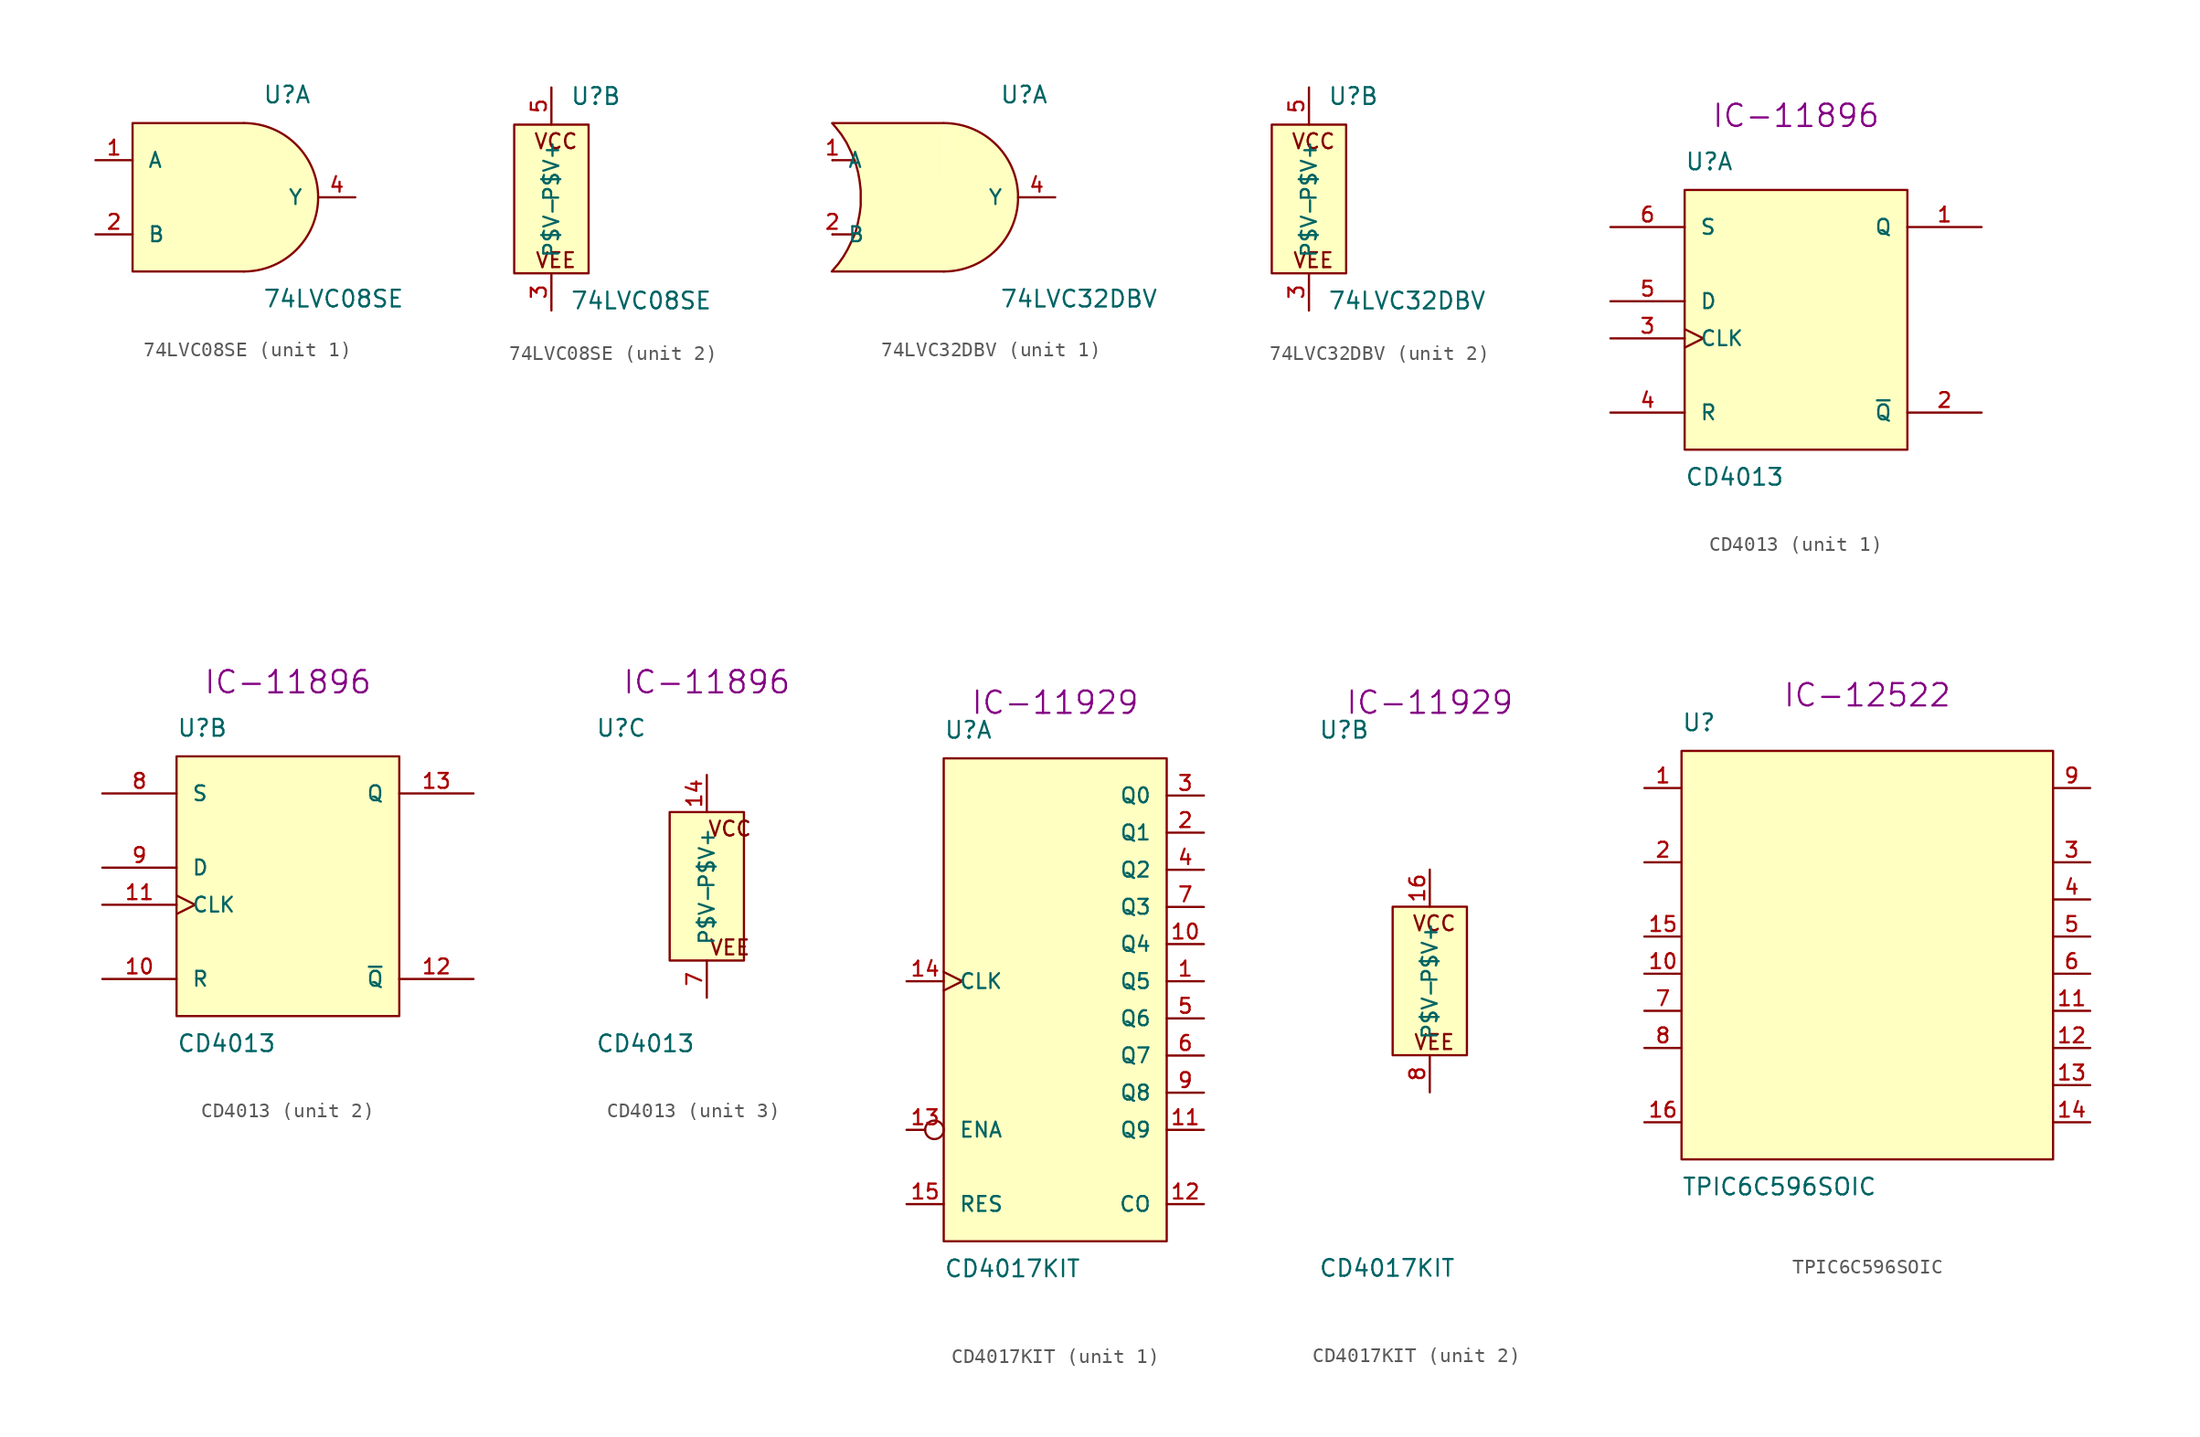
<source format=kicad_sym>
(kicad_symbol_lib
  (version 20211014)
  (generator kicad_symbol_editor)
  (symbol "74LVC08SE"
    (pin_names
      (offset 1.016))
    (property "Reference" "U"
      (at 1.27 6.35 0)
      (effects (font (size 1.143 1.143)) (justify left bottom)))
    (property "Value" "74LVC08SE"
      (at 1.27 -7.62 0)
      (effects (font (size 1.143 1.143)) (justify left bottom)))
    (property "ki_locked" ""
      (at 0 0 0)
      (effects (font (size 1.27 1.27))))
    (symbol "74LVC08SE_1_1"
      (arc (start 0 -5.08) (mid 5.08 0) (end 0 5.08) (stroke (width 0) (type default) (color 0 0 0 0)) (fill (type background)))
      (polyline (pts (xy 0 5.08) (xy -7.62 5.08) (xy -7.62 -5.08) (xy 0 -5.08)) (stroke (width 0) (type default) (color 0 0 0 0)) (fill (type background)))
      (pin bidirectional line (at -10.16 2.54 0) (length 2.54) (name "A" (effects (font (size 1.016 1.016)))) (number "1" (effects (font (size 1.016 1.016)))))
      (pin bidirectional line (at -10.16 -2.54 0) (length 2.54) (name "B" (effects (font (size 1.016 1.016)))) (number "2" (effects (font (size 1.016 1.016)))))
      (pin bidirectional line (at 7.62 0 180) (length 2.54) (name "Y" (effects (font (size 1.016 1.016)))) (number "4" (effects (font (size 1.016 1.016))))))
    (symbol "74LVC08SE_2_0"
      (text "VCC" (at 0.305 3.937 0) (effects (font (size 1.016 1.016))))
      (text "VEE" (at 0.305 -4.191 0) (effects (font (size 1.016 1.016)))))
    (symbol "74LVC08SE_2_1"
      (polyline (pts (xy -2.54 5.08) (xy 2.54 5.08) (xy 2.54 -5.08) (xy -2.54 -5.08) (xy -2.54 5.08)) (stroke (width 0) (type default) (color 0 0 0 0)) (fill (type background)))
      (pin bidirectional line (at 0 -7.62 90) (length 2.54) (name "P$V-" (effects (font (size 1.016 1.016)))) (number "3" (effects (font (size 1.016 1.016)))))
      (pin bidirectional line (at 0 7.62 270) (length 2.54) (name "P$V+" (effects (font (size 1.016 1.016)))) (number "5" (effects (font (size 1.016 1.016)))))))
  (symbol "74LVC32DBV"
    (pin_names
      (offset 1.016))
    (property "Reference" "U"
      (at 1.27 6.35 0)
      (effects (font (size 1.143 1.143)) (justify left bottom)))
    (property "Value" "74LVC32DBV"
      (at 1.27 -7.62 0)
      (effects (font (size 1.143 1.143)) (justify left bottom)))
    (property "ki_locked" ""
      (at 0 0 0)
      (effects (font (size 1.27 1.27))))
    (symbol "74LVC32DBV_1_0"
      (polyline (pts (xy -10.16 -2.54) (xy -8.636 -2.54)) (stroke (width 0) (type default) (color 0 0 0 0)) (fill (type none)))
      (polyline (pts (xy -10.16 2.54) (xy -8.636 2.54)) (stroke (width 0) (type default) (color 0 0 0 0)) (fill (type none))))
    (symbol "74LVC32DBV_1_1"
      (arc (start -2.54 -5.08) (mid 2.54 0) (end -2.54 5.08) (stroke (width 0) (type default) (color 0 0 0 0)) (fill (type background)))
      (polyline (pts (xy -2.54 -5.08) (xy -10.211 -5.08) (xy -9.754 -4.547) (xy -9.398 -4.039) (xy -9.119 -3.556) (xy -8.839 -2.972) (xy -8.585 -2.413) (xy -8.433 -1.803) (xy -8.306 -1.168) (xy -8.23 -0.584) (xy -8.23 -0.025) (xy -8.23 0.483) (xy -8.306 1.143) (xy -8.407 1.702) (xy -8.585 2.362) (xy -8.865 3.048) (xy -9.195 3.734) (xy -9.55 4.293) (xy -9.906 4.75) (xy -10.185 5.08) (xy -2.565 5.08)) (stroke (width 0) (type default) (color 0 0 0 0)) (fill (type background)))
      (pin bidirectional line (at -10.16 2.54 0) (length 0) (name "A" (effects (font (size 1.016 1.016)))) (number "1" (effects (font (size 1.016 1.016)))))
      (pin bidirectional line (at -10.16 -2.54 0) (length 0) (name "B" (effects (font (size 1.016 1.016)))) (number "2" (effects (font (size 1.016 1.016)))))
      (pin bidirectional line (at 5.08 0 180) (length 2.54) (name "Y" (effects (font (size 1.016 1.016)))) (number "4" (effects (font (size 1.016 1.016))))))
    (symbol "74LVC32DBV_2_0"
      (text "VCC" (at 0.305 3.937 0) (effects (font (size 1.016 1.016))))
      (text "VEE" (at 0.305 -4.191 0) (effects (font (size 1.016 1.016)))))
    (symbol "74LVC32DBV_2_1"
      (polyline (pts (xy -2.54 5.08) (xy 2.54 5.08) (xy 2.54 -5.08) (xy -2.54 -5.08) (xy -2.54 5.08)) (stroke (width 0) (type default) (color 0 0 0 0)) (fill (type background)))
      (pin bidirectional line (at 0 -7.62 90) (length 2.54) (name "P$V-" (effects (font (size 1.016 1.016)))) (number "3" (effects (font (size 1.016 1.016)))))
      (pin bidirectional line (at 0 7.62 270) (length 2.54) (name "P$V+" (effects (font (size 1.016 1.016)))) (number "5" (effects (font (size 1.016 1.016)))))))
  (symbol "CD4013"
    (pin_names
      (offset 1.016))
    (property "Reference" "U"
      (at -7.62 10.16 0)
      (effects (font (size 1.143 1.143)) (justify left bottom)))
    (property "Value" "CD4013"
      (at -7.62 -11.43 0)
      (effects (font (size 1.143 1.143)) (justify left bottom)))
    (property "PROD_ID" "IC-11896"
      (at 0 13.97 0)
      (effects (font (size 1.524 1.524))))
    (property "ki_locked" ""
      (at 0 0 0)
      (effects (font (size 1.27 1.27))))
    (symbol "CD4013_1_1"
      (polyline (pts (xy -7.62 -8.89) (xy 7.62 -8.89) (xy 7.62 8.89) (xy -7.62 8.89) (xy -7.62 -8.89)) (stroke (width 0) (type default) (color 0 0 0 0)) (fill (type background)))
      (pin output line (at 12.7 6.35 180) (length 5.08) (name "Q" (effects (font (size 1.016 1.016)))) (number "1" (effects (font (size 1.016 1.016)))))
      (pin output line (at 12.7 -6.35 180) (length 5.08) (name "~{Q}" (effects (font (size 1.016 1.016)))) (number "2" (effects (font (size 1.016 1.016)))))
      (pin input clock (at -12.7 -1.27 0) (length 5.08) (name "CLK" (effects (font (size 1.016 1.016)))) (number "3" (effects (font (size 1.016 1.016)))))
      (pin input line (at -12.7 -6.35 0) (length 5.08) (name "R" (effects (font (size 1.016 1.016)))) (number "4" (effects (font (size 1.016 1.016)))))
      (pin input line (at -12.7 1.27 0) (length 5.08) (name "D" (effects (font (size 1.016 1.016)))) (number "5" (effects (font (size 1.016 1.016)))))
      (pin input line (at -12.7 6.35 0) (length 5.08) (name "S" (effects (font (size 1.016 1.016)))) (number "6" (effects (font (size 1.016 1.016))))))
    (symbol "CD4013_2_1"
      (polyline (pts (xy -7.62 -8.89) (xy 7.62 -8.89) (xy 7.62 8.89) (xy -7.62 8.89) (xy -7.62 -8.89)) (stroke (width 0) (type default) (color 0 0 0 0)) (fill (type background)))
      (pin input line (at -12.7 -6.35 0) (length 5.08) (name "R" (effects (font (size 1.016 1.016)))) (number "10" (effects (font (size 1.016 1.016)))))
      (pin input clock (at -12.7 -1.27 0) (length 5.08) (name "CLK" (effects (font (size 1.016 1.016)))) (number "11" (effects (font (size 1.016 1.016)))))
      (pin output line (at 12.7 -6.35 180) (length 5.08) (name "~{Q}" (effects (font (size 1.016 1.016)))) (number "12" (effects (font (size 1.016 1.016)))))
      (pin output line (at 12.7 6.35 180) (length 5.08) (name "Q" (effects (font (size 1.016 1.016)))) (number "13" (effects (font (size 1.016 1.016)))))
      (pin input line (at -12.7 6.35 0) (length 5.08) (name "S" (effects (font (size 1.016 1.016)))) (number "8" (effects (font (size 1.016 1.016)))))
      (pin input line (at -12.7 1.27 0) (length 5.08) (name "D" (effects (font (size 1.016 1.016)))) (number "9" (effects (font (size 1.016 1.016))))))
    (symbol "CD4013_3_0"
      (text "VCC" (at 1.575 3.937 0) (effects (font (size 1.016 1.016))))
      (text "VEE" (at 1.575 -4.191 0) (effects (font (size 1.016 1.016)))))
    (symbol "CD4013_3_1"
      (polyline (pts (xy -2.54 5.08) (xy 2.54 5.08) (xy 2.54 -5.08) (xy -2.54 -5.08) (xy -2.54 5.08)) (stroke (width 0) (type default) (color 0 0 0 0)) (fill (type background)))
      (pin bidirectional line (at 0 7.62 270) (length 2.54) (name "P$V+" (effects (font (size 1.016 1.016)))) (number "14" (effects (font (size 1.016 1.016)))))
      (pin bidirectional line (at 0 -7.62 90) (length 2.54) (name "P$V-" (effects (font (size 1.016 1.016)))) (number "7" (effects (font (size 1.016 1.016)))))))
  (symbol "CD4017KIT"
    (pin_names
      (offset 1.016))
    (property "Reference" "U"
      (at -7.62 16.51 0)
      (effects (font (size 1.143 1.143)) (justify left bottom)))
    (property "Value" "CD4017KIT"
      (at -7.62 -20.32 0)
      (effects (font (size 1.143 1.143)) (justify left bottom)))
    (property "PROD_ID" "IC-11929"
      (at 0 19.05 0)
      (effects (font (size 1.524 1.524))))
    (property "ki_locked" ""
      (at 0 0 0)
      (effects (font (size 1.27 1.27))))
    (symbol "CD4017KIT_1_1"
      (polyline (pts (xy -7.62 -17.78) (xy 7.62 -17.78) (xy 7.62 15.24) (xy -7.62 15.24) (xy -7.62 -17.78)) (stroke (width 0) (type default) (color 0 0 0 0)) (fill (type background)))
      (pin output line (at 10.16 0 180) (length 2.54) (name "Q5" (effects (font (size 1.016 1.016)))) (number "1" (effects (font (size 1.016 1.016)))))
      (pin output line (at 10.16 2.54 180) (length 2.54) (name "Q4" (effects (font (size 1.016 1.016)))) (number "10" (effects (font (size 1.016 1.016)))))
      (pin output line (at 10.16 -10.16 180) (length 2.54) (name "Q9" (effects (font (size 1.016 1.016)))) (number "11" (effects (font (size 1.016 1.016)))))
      (pin output line (at 10.16 -15.24 180) (length 2.54) (name "CO" (effects (font (size 1.016 1.016)))) (number "12" (effects (font (size 1.016 1.016)))))
      (pin input inverted (at -10.16 -10.16 0) (length 2.54) (name "ENA" (effects (font (size 1.016 1.016)))) (number "13" (effects (font (size 1.016 1.016)))))
      (pin input clock (at -10.16 0 0) (length 2.54) (name "CLK" (effects (font (size 1.016 1.016)))) (number "14" (effects (font (size 1.016 1.016)))))
      (pin input line (at -10.16 -15.24 0) (length 2.54) (name "RES" (effects (font (size 1.016 1.016)))) (number "15" (effects (font (size 1.016 1.016)))))
      (pin output line (at 10.16 10.16 180) (length 2.54) (name "Q1" (effects (font (size 1.016 1.016)))) (number "2" (effects (font (size 1.016 1.016)))))
      (pin output line (at 10.16 12.7 180) (length 2.54) (name "Q0" (effects (font (size 1.016 1.016)))) (number "3" (effects (font (size 1.016 1.016)))))
      (pin output line (at 10.16 7.62 180) (length 2.54) (name "Q2" (effects (font (size 1.016 1.016)))) (number "4" (effects (font (size 1.016 1.016)))))
      (pin output line (at 10.16 -2.54 180) (length 2.54) (name "Q6" (effects (font (size 1.016 1.016)))) (number "5" (effects (font (size 1.016 1.016)))))
      (pin output line (at 10.16 -5.08 180) (length 2.54) (name "Q7" (effects (font (size 1.016 1.016)))) (number "6" (effects (font (size 1.016 1.016)))))
      (pin output line (at 10.16 5.08 180) (length 2.54) (name "Q3" (effects (font (size 1.016 1.016)))) (number "7" (effects (font (size 1.016 1.016)))))
      (pin output line (at 10.16 -7.62 180) (length 2.54) (name "Q8" (effects (font (size 1.016 1.016)))) (number "9" (effects (font (size 1.016 1.016))))))
    (symbol "CD4017KIT_2_0"
      (text "VCC" (at 0.305 3.937 0) (effects (font (size 1.016 1.016))))
      (text "VEE" (at 0.305 -4.191 0) (effects (font (size 1.016 1.016)))))
    (symbol "CD4017KIT_2_1"
      (polyline (pts (xy -2.54 5.08) (xy 2.54 5.08) (xy 2.54 -5.08) (xy -2.54 -5.08) (xy -2.54 5.08)) (stroke (width 0) (type default) (color 0 0 0 0)) (fill (type background)))
      (pin bidirectional line (at 0 7.62 270) (length 2.54) (name "P$V+" (effects (font (size 1.016 1.016)))) (number "16" (effects (font (size 1.016 1.016)))))
      (pin bidirectional line (at 0 -7.62 90) (length 2.54) (name "P$V-" (effects (font (size 1.016 1.016)))) (number "8" (effects (font (size 1.016 1.016)))))))
  (symbol "TPIC6C596SOIC"
    (pin_names
      (offset 1.016) hide)
    (property "Reference" "U"
      (at -12.7 15.24 0)
      (effects (font (size 1.143 1.143)) (justify left bottom)))
    (property "Value" "TPIC6C596SOIC"
      (at -12.7 -16.51 0)
      (effects (font (size 1.143 1.143)) (justify left bottom)))
    (property "PROD_ID" "IC-12522"
      (at 0 17.78 0)
      (effects (font (size 1.524 1.524))))
    (property "ki_locked" ""
      (at 0 0 0)
      (effects (font (size 1.27 1.27))))
    (symbol "TPIC6C596SOIC_1_1"
      (polyline (pts (xy -12.7 13.97) (xy 12.7 13.97) (xy 12.7 -13.97) (xy -12.7 -13.97) (xy -12.7 13.97)) (stroke (width 0) (type default) (color 0 0 0 0)) (fill (type background)))
      (pin power_in line (at -15.24 11.43 0) (length 2.54) (name "VCC" (effects (font (size 1.016 1.016)))) (number "1" (effects (font (size 1.016 1.016)))))
      (pin input line (at -15.24 -1.27 0) (length 2.54) (name "RCK" (effects (font (size 1.016 1.016)))) (number "10" (effects (font (size 1.016 1.016)))))
      (pin output line (at 15.24 -3.81 180) (length 2.54) (name "D4" (effects (font (size 1.016 1.016)))) (number "11" (effects (font (size 1.016 1.016)))))
      (pin output line (at 15.24 -6.35 180) (length 2.54) (name "D5" (effects (font (size 1.016 1.016)))) (number "12" (effects (font (size 1.016 1.016)))))
      (pin output line (at 15.24 -8.89 180) (length 2.54) (name "D6" (effects (font (size 1.016 1.016)))) (number "13" (effects (font (size 1.016 1.016)))))
      (pin output line (at 15.24 -11.43 180) (length 2.54) (name "D7" (effects (font (size 1.016 1.016)))) (number "14" (effects (font (size 1.016 1.016)))))
      (pin input line (at -15.24 1.27 0) (length 2.54) (name "SRCK" (effects (font (size 1.016 1.016)))) (number "15" (effects (font (size 1.016 1.016)))))
      (pin power_in line (at -15.24 -11.43 0) (length 2.54) (name "GND" (effects (font (size 1.016 1.016)))) (number "16" (effects (font (size 1.016 1.016)))))
      (pin input line (at -15.24 6.35 0) (length 2.54) (name "SER_IN" (effects (font (size 1.016 1.016)))) (number "2" (effects (font (size 1.016 1.016)))))
      (pin output line (at 15.24 6.35 180) (length 2.54) (name "D0" (effects (font (size 1.016 1.016)))) (number "3" (effects (font (size 1.016 1.016)))))
      (pin output line (at 15.24 3.81 180) (length 2.54) (name "D1" (effects (font (size 1.016 1.016)))) (number "4" (effects (font (size 1.016 1.016)))))
      (pin output line (at 15.24 1.27 180) (length 2.54) (name "D2" (effects (font (size 1.016 1.016)))) (number "5" (effects (font (size 1.016 1.016)))))
      (pin output line (at 15.24 -1.27 180) (length 2.54) (name "D3" (effects (font (size 1.016 1.016)))) (number "6" (effects (font (size 1.016 1.016)))))
      (pin input line (at -15.24 -3.81 0) (length 2.54) (name "~{CLR}" (effects (font (size 1.016 1.016)))) (number "7" (effects (font (size 1.016 1.016)))))
      (pin input line (at -15.24 -6.35 0) (length 2.54) (name "~{G}" (effects (font (size 1.016 1.016)))) (number "8" (effects (font (size 1.016 1.016)))))
      (pin output line (at 15.24 11.43 180) (length 2.54) (name "SER_OUT" (effects (font (size 1.016 1.016)))) (number "9" (effects (font (size 1.016 1.016))))))))
</source>
